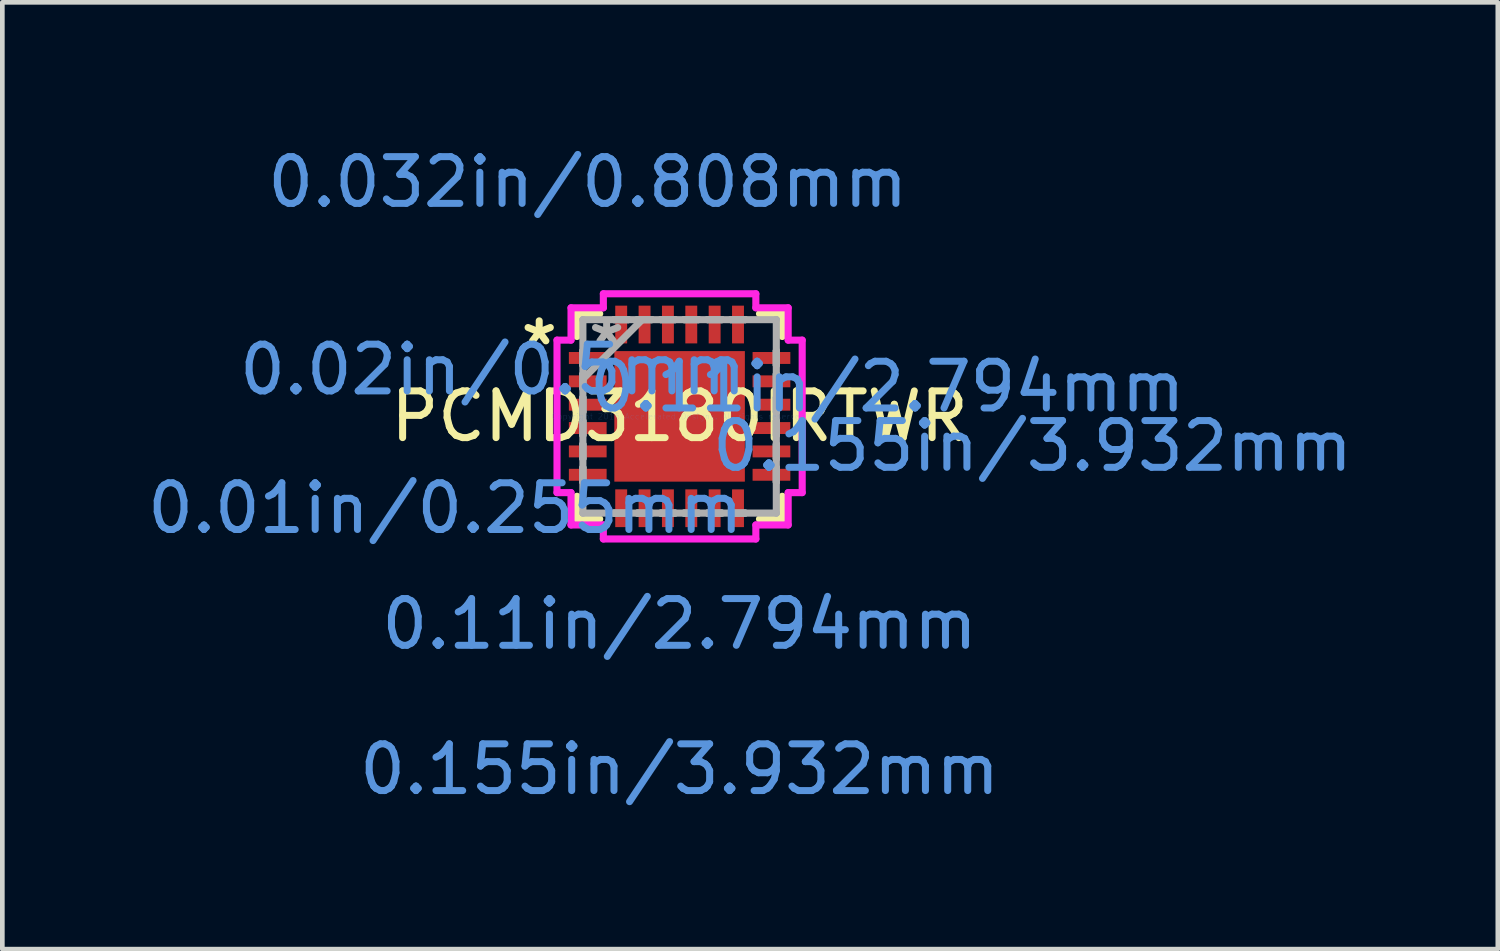
<source format=kicad_pcb>
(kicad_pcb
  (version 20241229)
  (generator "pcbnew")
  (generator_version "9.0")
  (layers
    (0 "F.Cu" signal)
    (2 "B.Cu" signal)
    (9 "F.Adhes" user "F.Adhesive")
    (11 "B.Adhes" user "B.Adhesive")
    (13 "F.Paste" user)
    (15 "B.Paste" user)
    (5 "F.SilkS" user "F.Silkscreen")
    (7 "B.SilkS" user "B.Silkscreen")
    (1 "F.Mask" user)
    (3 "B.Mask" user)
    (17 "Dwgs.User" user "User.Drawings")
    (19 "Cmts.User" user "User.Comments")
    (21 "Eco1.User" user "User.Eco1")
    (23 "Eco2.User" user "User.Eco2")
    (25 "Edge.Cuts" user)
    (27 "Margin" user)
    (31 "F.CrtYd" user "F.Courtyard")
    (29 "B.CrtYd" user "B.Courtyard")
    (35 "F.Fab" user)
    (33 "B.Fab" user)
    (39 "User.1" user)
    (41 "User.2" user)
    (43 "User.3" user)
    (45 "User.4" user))
  (footprint "PCMD3180IRTWR"
    (layer "F.Cu")
    (at 11.496 5.862)
    (property "Reference" "PCMD3180IRTWR" (at 0 0 0) (layer "F.SilkS") (effects (font (size 1 1) (thickness 0.15))))
    (attr through_hole)
    (fp_line (start -2.197 -2.197) (end -2.197 -1.71) (stroke (width 0.152) (type solid)) (layer "F.SilkS"))
    (fp_line (start -2.197 1.71) (end -2.197 2.197) (stroke (width 0.152) (type solid)) (layer "F.SilkS"))
    (fp_line (start -2.197 2.197) (end -1.71 2.197) (stroke (width 0.152) (type solid)) (layer "F.SilkS"))
    (fp_line (start -1.71 -2.197) (end -2.197 -2.197) (stroke (width 0.152) (type solid)) (layer "F.SilkS"))
    (fp_line (start 1.71 2.197) (end 2.197 2.197) (stroke (width 0.152) (type solid)) (layer "F.SilkS"))
    (fp_line (start 2.197 -2.197) (end 1.71 -2.197) (stroke (width 0.152) (type solid)) (layer "F.SilkS"))
    (fp_line (start 2.197 -1.71) (end 2.197 -2.197) (stroke (width 0.152) (type solid)) (layer "F.SilkS"))
    (fp_line (start 2.197 2.197) (end 2.197 1.71) (stroke (width 0.152) (type solid)) (layer "F.SilkS"))
    (fp_line (start -2.624 -1.632) (end -2.324 -1.632) (stroke (width 0.152) (type solid)) (layer "F.CrtYd"))
    (fp_line (start -2.624 1.632) (end -2.624 -1.632) (stroke (width 0.152) (type solid)) (layer "F.CrtYd"))
    (fp_line (start -2.324 -2.324) (end -1.632 -2.324) (stroke (width 0.152) (type solid)) (layer "F.CrtYd"))
    (fp_line (start -2.324 -1.632) (end -2.324 -2.324) (stroke (width 0.152) (type solid)) (layer "F.CrtYd"))
    (fp_line (start -2.324 1.632) (end -2.624 1.632) (stroke (width 0.152) (type solid)) (layer "F.CrtYd"))
    (fp_line (start -2.324 2.324) (end -2.324 1.632) (stroke (width 0.152) (type solid)) (layer "F.CrtYd"))
    (fp_line (start -1.632 -2.624) (end 1.632 -2.624) (stroke (width 0.152) (type solid)) (layer "F.CrtYd"))
    (fp_line (start -1.632 -2.324) (end -1.632 -2.624) (stroke (width 0.152) (type solid)) (layer "F.CrtYd"))
    (fp_line (start -1.632 2.324) (end -2.324 2.324) (stroke (width 0.152) (type solid)) (layer "F.CrtYd"))
    (fp_line (start -1.632 2.624) (end -1.632 2.324) (stroke (width 0.152) (type solid)) (layer "F.CrtYd"))
    (fp_line (start 1.632 -2.624) (end 1.632 -2.324) (stroke (width 0.152) (type solid)) (layer "F.CrtYd"))
    (fp_line (start 1.632 -2.324) (end 2.324 -2.324) (stroke (width 0.152) (type solid)) (layer "F.CrtYd"))
    (fp_line (start 1.632 2.324) (end 1.632 2.624) (stroke (width 0.152) (type solid)) (layer "F.CrtYd"))
    (fp_line (start 1.632 2.624) (end -1.632 2.624) (stroke (width 0.152) (type solid)) (layer "F.CrtYd"))
    (fp_line (start 2.324 -2.324) (end 2.324 -1.632) (stroke (width 0.152) (type solid)) (layer "F.CrtYd"))
    (fp_line (start 2.324 -1.632) (end 2.624 -1.632) (stroke (width 0.152) (type solid)) (layer "F.CrtYd"))
    (fp_line (start 2.324 1.632) (end 2.324 2.324) (stroke (width 0.152) (type solid)) (layer "F.CrtYd"))
    (fp_line (start 2.324 2.324) (end 1.632 2.324) (stroke (width 0.152) (type solid)) (layer "F.CrtYd"))
    (fp_line (start 2.624 -1.632) (end 2.624 1.632) (stroke (width 0.152) (type solid)) (layer "F.CrtYd"))
    (fp_line (start 2.624 1.632) (end 2.324 1.632) (stroke (width 0.152) (type solid)) (layer "F.CrtYd"))
    (fp_line (start -2.07 -2.07) (end -2.07 -2.07) (stroke (width 0.152) (type solid)) (layer "F.Fab"))
    (fp_line (start -2.07 -2.07) (end -2.07 2.07) (stroke (width 0.152) (type solid)) (layer "F.Fab"))
    (fp_line (start -2.07 -1.403) (end -2.07 -1.403) (stroke (width 0.152) (type solid)) (layer "F.Fab"))
    (fp_line (start -2.07 -1.403) (end -2.07 -1.098) (stroke (width 0.152) (type solid)) (layer "F.Fab"))
    (fp_line (start -2.07 -1.098) (end -2.07 -1.403) (stroke (width 0.152) (type solid)) (layer "F.Fab"))
    (fp_line (start -2.07 -1.098) (end -2.07 -1.098) (stroke (width 0.152) (type solid)) (layer "F.Fab"))
    (fp_line (start -2.07 -0.903) (end -2.07 -0.903) (stroke (width 0.152) (type solid)) (layer "F.Fab"))
    (fp_line (start -2.07 -0.903) (end -2.07 -0.598) (stroke (width 0.152) (type solid)) (layer "F.Fab"))
    (fp_line (start -2.07 -0.8) (end -0.8 -2.07) (stroke (width 0.152) (type solid)) (layer "F.Fab"))
    (fp_line (start -2.07 -0.598) (end -2.07 -0.903) (stroke (width 0.152) (type solid)) (layer "F.Fab"))
    (fp_line (start -2.07 -0.598) (end -2.07 -0.598) (stroke (width 0.152) (type solid)) (layer "F.Fab"))
    (fp_line (start -2.07 -0.402) (end -2.07 -0.402) (stroke (width 0.152) (type solid)) (layer "F.Fab"))
    (fp_line (start -2.07 -0.402) (end -2.07 -0.098) (stroke (width 0.152) (type solid)) (layer "F.Fab"))
    (fp_line (start -2.07 -0.098) (end -2.07 -0.402) (stroke (width 0.152) (type solid)) (layer "F.Fab"))
    (fp_line (start -2.07 -0.098) (end -2.07 -0.098) (stroke (width 0.152) (type solid)) (layer "F.Fab"))
    (fp_line (start -2.07 0.098) (end -2.07 0.098) (stroke (width 0.152) (type solid)) (layer "F.Fab"))
    (fp_line (start -2.07 0.098) (end -2.07 0.402) (stroke (width 0.152) (type solid)) (layer "F.Fab"))
    (fp_line (start -2.07 0.402) (end -2.07 0.098) (stroke (width 0.152) (type solid)) (layer "F.Fab"))
    (fp_line (start -2.07 0.402) (end -2.07 0.402) (stroke (width 0.152) (type solid)) (layer "F.Fab"))
    (fp_line (start -2.07 0.598) (end -2.07 0.598) (stroke (width 0.152) (type solid)) (layer "F.Fab"))
    (fp_line (start -2.07 0.598) (end -2.07 0.903) (stroke (width 0.152) (type solid)) (layer "F.Fab"))
    (fp_line (start -2.07 0.903) (end -2.07 0.598) (stroke (width 0.152) (type solid)) (layer "F.Fab"))
    (fp_line (start -2.07 0.903) (end -2.07 0.903) (stroke (width 0.152) (type solid)) (layer "F.Fab"))
    (fp_line (start -2.07 1.098) (end -2.07 1.098) (stroke (width 0.152) (type solid)) (layer "F.Fab"))
    (fp_line (start -2.07 1.098) (end -2.07 1.403) (stroke (width 0.152) (type solid)) (layer "F.Fab"))
    (fp_line (start -2.07 1.403) (end -2.07 1.098) (stroke (width 0.152) (type solid)) (layer "F.Fab"))
    (fp_line (start -2.07 1.403) (end -2.07 1.403) (stroke (width 0.152) (type solid)) (layer "F.Fab"))
    (fp_line (start -2.07 2.07) (end -2.07 2.07) (stroke (width 0.152) (type solid)) (layer "F.Fab"))
    (fp_line (start -2.07 2.07) (end 2.07 2.07) (stroke (width 0.152) (type solid)) (layer "F.Fab"))
    (fp_line (start -1.403 -2.07) (end -1.403 -2.07) (stroke (width 0.152) (type solid)) (layer "F.Fab"))
    (fp_line (start -1.403 -2.07) (end -1.098 -2.07) (stroke (width 0.152) (type solid)) (layer "F.Fab"))
    (fp_line (start -1.403 2.07) (end -1.403 2.07) (stroke (width 0.152) (type solid)) (layer "F.Fab"))
    (fp_line (start -1.403 2.07) (end -1.098 2.07) (stroke (width 0.152) (type solid)) (layer "F.Fab"))
    (fp_line (start -1.098 -2.07) (end -1.403 -2.07) (stroke (width 0.152) (type solid)) (layer "F.Fab"))
    (fp_line (start -1.098 -2.07) (end -1.098 -2.07) (stroke (width 0.152) (type solid)) (layer "F.Fab"))
    (fp_line (start -1.098 2.07) (end -1.403 2.07) (stroke (width 0.152) (type solid)) (layer "F.Fab"))
    (fp_line (start -1.098 2.07) (end -1.098 2.07) (stroke (width 0.152) (type solid)) (layer "F.Fab"))
    (fp_line (start -0.903 -2.07) (end -0.903 -2.07) (stroke (width 0.152) (type solid)) (layer "F.Fab"))
    (fp_line (start -0.903 -2.07) (end -0.598 -2.07) (stroke (width 0.152) (type solid)) (layer "F.Fab"))
    (fp_line (start -0.903 2.07) (end -0.903 2.07) (stroke (width 0.152) (type solid)) (layer "F.Fab"))
    (fp_line (start -0.903 2.07) (end -0.598 2.07) (stroke (width 0.152) (type solid)) (layer "F.Fab"))
    (fp_line (start -0.598 -2.07) (end -0.903 -2.07) (stroke (width 0.152) (type solid)) (layer "F.Fab"))
    (fp_line (start -0.598 -2.07) (end -0.598 -2.07) (stroke (width 0.152) (type solid)) (layer "F.Fab"))
    (fp_line (start -0.598 2.07) (end -0.903 2.07) (stroke (width 0.152) (type solid)) (layer "F.Fab"))
    (fp_line (start -0.598 2.07) (end -0.598 2.07) (stroke (width 0.152) (type solid)) (layer "F.Fab"))
    (fp_line (start -0.402 -2.07) (end -0.402 -2.07) (stroke (width 0.152) (type solid)) (layer "F.Fab"))
    (fp_line (start -0.402 -2.07) (end -0.098 -2.07) (stroke (width 0.152) (type solid)) (layer "F.Fab"))
    (fp_line (start -0.402 2.07) (end -0.402 2.07) (stroke (width 0.152) (type solid)) (layer "F.Fab"))
    (fp_line (start -0.402 2.07) (end -0.098 2.07) (stroke (width 0.152) (type solid)) (layer "F.Fab"))
    (fp_line (start -0.098 -2.07) (end -0.402 -2.07) (stroke (width 0.152) (type solid)) (layer "F.Fab"))
    (fp_line (start -0.098 -2.07) (end -0.098 -2.07) (stroke (width 0.152) (type solid)) (layer "F.Fab"))
    (fp_line (start -0.098 2.07) (end -0.402 2.07) (stroke (width 0.152) (type solid)) (layer "F.Fab"))
    (fp_line (start -0.098 2.07) (end -0.098 2.07) (stroke (width 0.152) (type solid)) (layer "F.Fab"))
    (fp_line (start 0.098 -2.07) (end 0.098 -2.07) (stroke (width 0.152) (type solid)) (layer "F.Fab"))
    (fp_line (start 0.098 -2.07) (end 0.402 -2.07) (stroke (width 0.152) (type solid)) (layer "F.Fab"))
    (fp_line (start 0.098 2.07) (end 0.098 2.07) (stroke (width 0.152) (type solid)) (layer "F.Fab"))
    (fp_line (start 0.098 2.07) (end 0.402 2.07) (stroke (width 0.152) (type solid)) (layer "F.Fab"))
    (fp_line (start 0.402 -2.07) (end 0.098 -2.07) (stroke (width 0.152) (type solid)) (layer "F.Fab"))
    (fp_line (start 0.402 -2.07) (end 0.402 -2.07) (stroke (width 0.152) (type solid)) (layer "F.Fab"))
    (fp_line (start 0.402 2.07) (end 0.098 2.07) (stroke (width 0.152) (type solid)) (layer "F.Fab"))
    (fp_line (start 0.402 2.07) (end 0.402 2.07) (stroke (width 0.152) (type solid)) (layer "F.Fab"))
    (fp_line (start 0.598 -2.07) (end 0.598 -2.07) (stroke (width 0.152) (type solid)) (layer "F.Fab"))
    (fp_line (start 0.598 -2.07) (end 0.903 -2.07) (stroke (width 0.152) (type solid)) (layer "F.Fab"))
    (fp_line (start 0.598 2.07) (end 0.598 2.07) (stroke (width 0.152) (type solid)) (layer "F.Fab"))
    (fp_line (start 0.598 2.07) (end 0.903 2.07) (stroke (width 0.152) (type solid)) (layer "F.Fab"))
    (fp_line (start 0.903 -2.07) (end 0.598 -2.07) (stroke (width 0.152) (type solid)) (layer "F.Fab"))
    (fp_line (start 0.903 -2.07) (end 0.903 -2.07) (stroke (width 0.152) (type solid)) (layer "F.Fab"))
    (fp_line (start 0.903 2.07) (end 0.598 2.07) (stroke (width 0.152) (type solid)) (layer "F.Fab"))
    (fp_line (start 0.903 2.07) (end 0.903 2.07) (stroke (width 0.152) (type solid)) (layer "F.Fab"))
    (fp_line (start 1.098 -2.07) (end 1.098 -2.07) (stroke (width 0.152) (type solid)) (layer "F.Fab"))
    (fp_line (start 1.098 -2.07) (end 1.403 -2.07) (stroke (width 0.152) (type solid)) (layer "F.Fab"))
    (fp_line (start 1.098 2.07) (end 1.098 2.07) (stroke (width 0.152) (type solid)) (layer "F.Fab"))
    (fp_line (start 1.098 2.07) (end 1.403 2.07) (stroke (width 0.152) (type solid)) (layer "F.Fab"))
    (fp_line (start 1.403 -2.07) (end 1.098 -2.07) (stroke (width 0.152) (type solid)) (layer "F.Fab"))
    (fp_line (start 1.403 -2.07) (end 1.403 -2.07) (stroke (width 0.152) (type solid)) (layer "F.Fab"))
    (fp_line (start 1.403 2.07) (end 1.098 2.07) (stroke (width 0.152) (type solid)) (layer "F.Fab"))
    (fp_line (start 1.403 2.07) (end 1.403 2.07) (stroke (width 0.152) (type solid)) (layer "F.Fab"))
    (fp_line (start 2.07 -2.07) (end -2.07 -2.07) (stroke (width 0.152) (type solid)) (layer "F.Fab"))
    (fp_line (start 2.07 -2.07) (end 2.07 -2.07) (stroke (width 0.152) (type solid)) (layer "F.Fab"))
    (fp_line (start 2.07 -1.403) (end 2.07 -1.403) (stroke (width 0.152) (type solid)) (layer "F.Fab"))
    (fp_line (start 2.07 -1.403) (end 2.07 -1.098) (stroke (width 0.152) (type solid)) (layer "F.Fab"))
    (fp_line (start 2.07 -1.098) (end 2.07 -1.403) (stroke (width 0.152) (type solid)) (layer "F.Fab"))
    (fp_line (start 2.07 -1.098) (end 2.07 -1.098) (stroke (width 0.152) (type solid)) (layer "F.Fab"))
    (fp_line (start 2.07 -0.903) (end 2.07 -0.903) (stroke (width 0.152) (type solid)) (layer "F.Fab"))
    (fp_line (start 2.07 -0.903) (end 2.07 -0.598) (stroke (width 0.152) (type solid)) (layer "F.Fab"))
    (fp_line (start 2.07 -0.598) (end 2.07 -0.903) (stroke (width 0.152) (type solid)) (layer "F.Fab"))
    (fp_line (start 2.07 -0.598) (end 2.07 -0.598) (stroke (width 0.152) (type solid)) (layer "F.Fab"))
    (fp_line (start 2.07 -0.402) (end 2.07 -0.402) (stroke (width 0.152) (type solid)) (layer "F.Fab"))
    (fp_line (start 2.07 -0.402) (end 2.07 -0.098) (stroke (width 0.152) (type solid)) (layer "F.Fab"))
    (fp_line (start 2.07 -0.098) (end 2.07 -0.402) (stroke (width 0.152) (type solid)) (layer "F.Fab"))
    (fp_line (start 2.07 -0.098) (end 2.07 -0.098) (stroke (width 0.152) (type solid)) (layer "F.Fab"))
    (fp_line (start 2.07 0.098) (end 2.07 0.098) (stroke (width 0.152) (type solid)) (layer "F.Fab"))
    (fp_line (start 2.07 0.098) (end 2.07 0.402) (stroke (width 0.152) (type solid)) (layer "F.Fab"))
    (fp_line (start 2.07 0.402) (end 2.07 0.098) (stroke (width 0.152) (type solid)) (layer "F.Fab"))
    (fp_line (start 2.07 0.402) (end 2.07 0.402) (stroke (width 0.152) (type solid)) (layer "F.Fab"))
    (fp_line (start 2.07 0.598) (end 2.07 0.598) (stroke (width 0.152) (type solid)) (layer "F.Fab"))
    (fp_line (start 2.07 0.598) (end 2.07 0.903) (stroke (width 0.152) (type solid)) (layer "F.Fab"))
    (fp_line (start 2.07 0.903) (end 2.07 0.598) (stroke (width 0.152) (type solid)) (layer "F.Fab"))
    (fp_line (start 2.07 0.903) (end 2.07 0.903) (stroke (width 0.152) (type solid)) (layer "F.Fab"))
    (fp_line (start 2.07 1.098) (end 2.07 1.098) (stroke (width 0.152) (type solid)) (layer "F.Fab"))
    (fp_line (start 2.07 1.098) (end 2.07 1.403) (stroke (width 0.152) (type solid)) (layer "F.Fab"))
    (fp_line (start 2.07 1.403) (end 2.07 1.098) (stroke (width 0.152) (type solid)) (layer "F.Fab"))
    (fp_line (start 2.07 1.403) (end 2.07 1.403) (stroke (width 0.152) (type solid)) (layer "F.Fab"))
    (fp_line (start 2.07 2.07) (end 2.07 -2.07) (stroke (width 0.152) (type solid)) (layer "F.Fab"))
    (fp_line (start 2.07 2.07) (end 2.07 2.07) (stroke (width 0.152) (type solid)) (layer "F.Fab"))
    (fp_text user "*" (at -3.005 -1.5 0) (layer "F.SilkS") (effects (font (size 1 1) (thickness 0.15))))
    (fp_text user "0.032in/0.808mm" (at -1.966 -5.014 0) (layer "Cmts.User") (effects (font (size 1 1) (thickness 0.15))))
    (fp_text user "0.11in/2.794mm" (at 0 4.445 0) (layer "Cmts.User") (effects (font (size 1 1) (thickness 0.15))))
    (fp_text user "0.155in/3.932mm" (at 7.554 0.635 0) (layer "Cmts.User") (effects (font (size 1 1) (thickness 0.15))))
    (fp_text user "Copyright 2016 Accelerated Designs. All rights reserved." (at 0 0 0) (layer "Cmts.User") (effects (font (size 0.127 0.127) (thickness 0.002))))
    (fp_text user "0.01in/0.255mm" (at -5.014 1.966 0) (layer "Cmts.User") (effects (font (size 1 1) (thickness 0.15))))
    (fp_text user "0.11in/2.794mm" (at 4.445 -0.635 0) (layer "Cmts.User") (effects (font (size 1 1) (thickness 0.15))))
    (fp_text user "0.02in/0.5mm" (at -3.998 -1 0) (layer "Cmts.User") (effects (font (size 1 1) (thickness 0.15))))
    (fp_text user "0.155in/3.932mm" (at 0 7.554 0) (layer "Cmts.User") (effects (font (size 1 1) (thickness 0.15))))
    (fp_text user "*" (at -1.562 -1.5 0) (layer "F.Fab") (effects (font (size 1 1) (thickness 0.15))))
    (pad "1" smd rect (at -1.966 -1.25 90) (size 0.255 0.808) (layers "F.Cu" "F.Mask" "F.Paste"))
    (pad "2" smd rect (at -1.966 -0.75 90) (size 0.255 0.808) (layers "F.Cu" "F.Mask" "F.Paste"))
    (pad "3" smd rect (at -1.966 -0.25 90) (size 0.255 0.808) (layers "F.Cu" "F.Mask" "F.Paste"))
    (pad "4" smd rect (at -1.966 0.25 90) (size 0.255 0.808) (layers "F.Cu" "F.Mask" "F.Paste"))
    (pad "5" smd rect (at -1.966 0.75 90) (size 0.255 0.808) (layers "F.Cu" "F.Mask" "F.Paste"))
    (pad "6" smd rect (at -1.966 1.25 90) (size 0.255 0.808) (layers "F.Cu" "F.Mask" "F.Paste"))
    (pad "7" smd rect (at -1.25 1.966) (size 0.255 0.808) (layers "F.Cu" "F.Mask" "F.Paste"))
    (pad "8" smd rect (at -0.75 1.966) (size 0.255 0.808) (layers "F.Cu" "F.Mask" "F.Paste"))
    (pad "9" smd rect (at -0.25 1.966) (size 0.255 0.808) (layers "F.Cu" "F.Mask" "F.Paste"))
    (pad "10" smd rect (at 0.25 1.966) (size 0.255 0.808) (layers "F.Cu" "F.Mask" "F.Paste"))
    (pad "11" smd rect (at 0.75 1.966) (size 0.255 0.808) (layers "F.Cu" "F.Mask" "F.Paste"))
    (pad "12" smd rect (at 1.25 1.966) (size 0.255 0.808) (layers "F.Cu" "F.Mask" "F.Paste"))
    (pad "13" smd rect (at 1.966 1.25 90) (size 0.255 0.808) (layers "F.Cu" "F.Mask" "F.Paste"))
    (pad "14" smd rect (at 1.966 0.75 90) (size 0.255 0.808) (layers "F.Cu" "F.Mask" "F.Paste"))
    (pad "15" smd rect (at 1.966 0.25 90) (size 0.255 0.808) (layers "F.Cu" "F.Mask" "F.Paste"))
    (pad "16" smd rect (at 1.966 -0.25 90) (size 0.255 0.808) (layers "F.Cu" "F.Mask" "F.Paste"))
    (pad "17" smd rect (at 1.966 -0.75 90) (size 0.255 0.808) (layers "F.Cu" "F.Mask" "F.Paste"))
    (pad "18" smd rect (at 1.966 -1.25 90) (size 0.255 0.808) (layers "F.Cu" "F.Mask" "F.Paste"))
    (pad "19" smd rect (at 1.25 -1.966) (size 0.255 0.808) (layers "F.Cu" "F.Mask" "F.Paste"))
    (pad "20" smd rect (at 0.75 -1.966) (size 0.255 0.808) (layers "F.Cu" "F.Mask" "F.Paste"))
    (pad "21" smd rect (at 0.25 -1.966) (size 0.255 0.808) (layers "F.Cu" "F.Mask" "F.Paste"))
    (pad "22" smd rect (at -0.25 -1.966) (size 0.255 0.808) (layers "F.Cu" "F.Mask" "F.Paste"))
    (pad "23" smd rect (at -0.75 -1.966) (size 0.255 0.808) (layers "F.Cu" "F.Mask" "F.Paste"))
    (pad "24" smd rect (at -1.25 -1.966) (size 0.255 0.808) (layers "F.Cu" "F.Mask" "F.Paste"))
    (pad "25" smd rect (at 0 0) (size 2.794 2.794) (layers "F.Cu" "F.Mask" "F.Paste")))
  (gr_rect
    (start -3 -3)
    (end 29.009 17.265)
    (stroke (width 0.1) (type default))
    (fill no)
    (layer "Edge.Cuts")))
</source>
